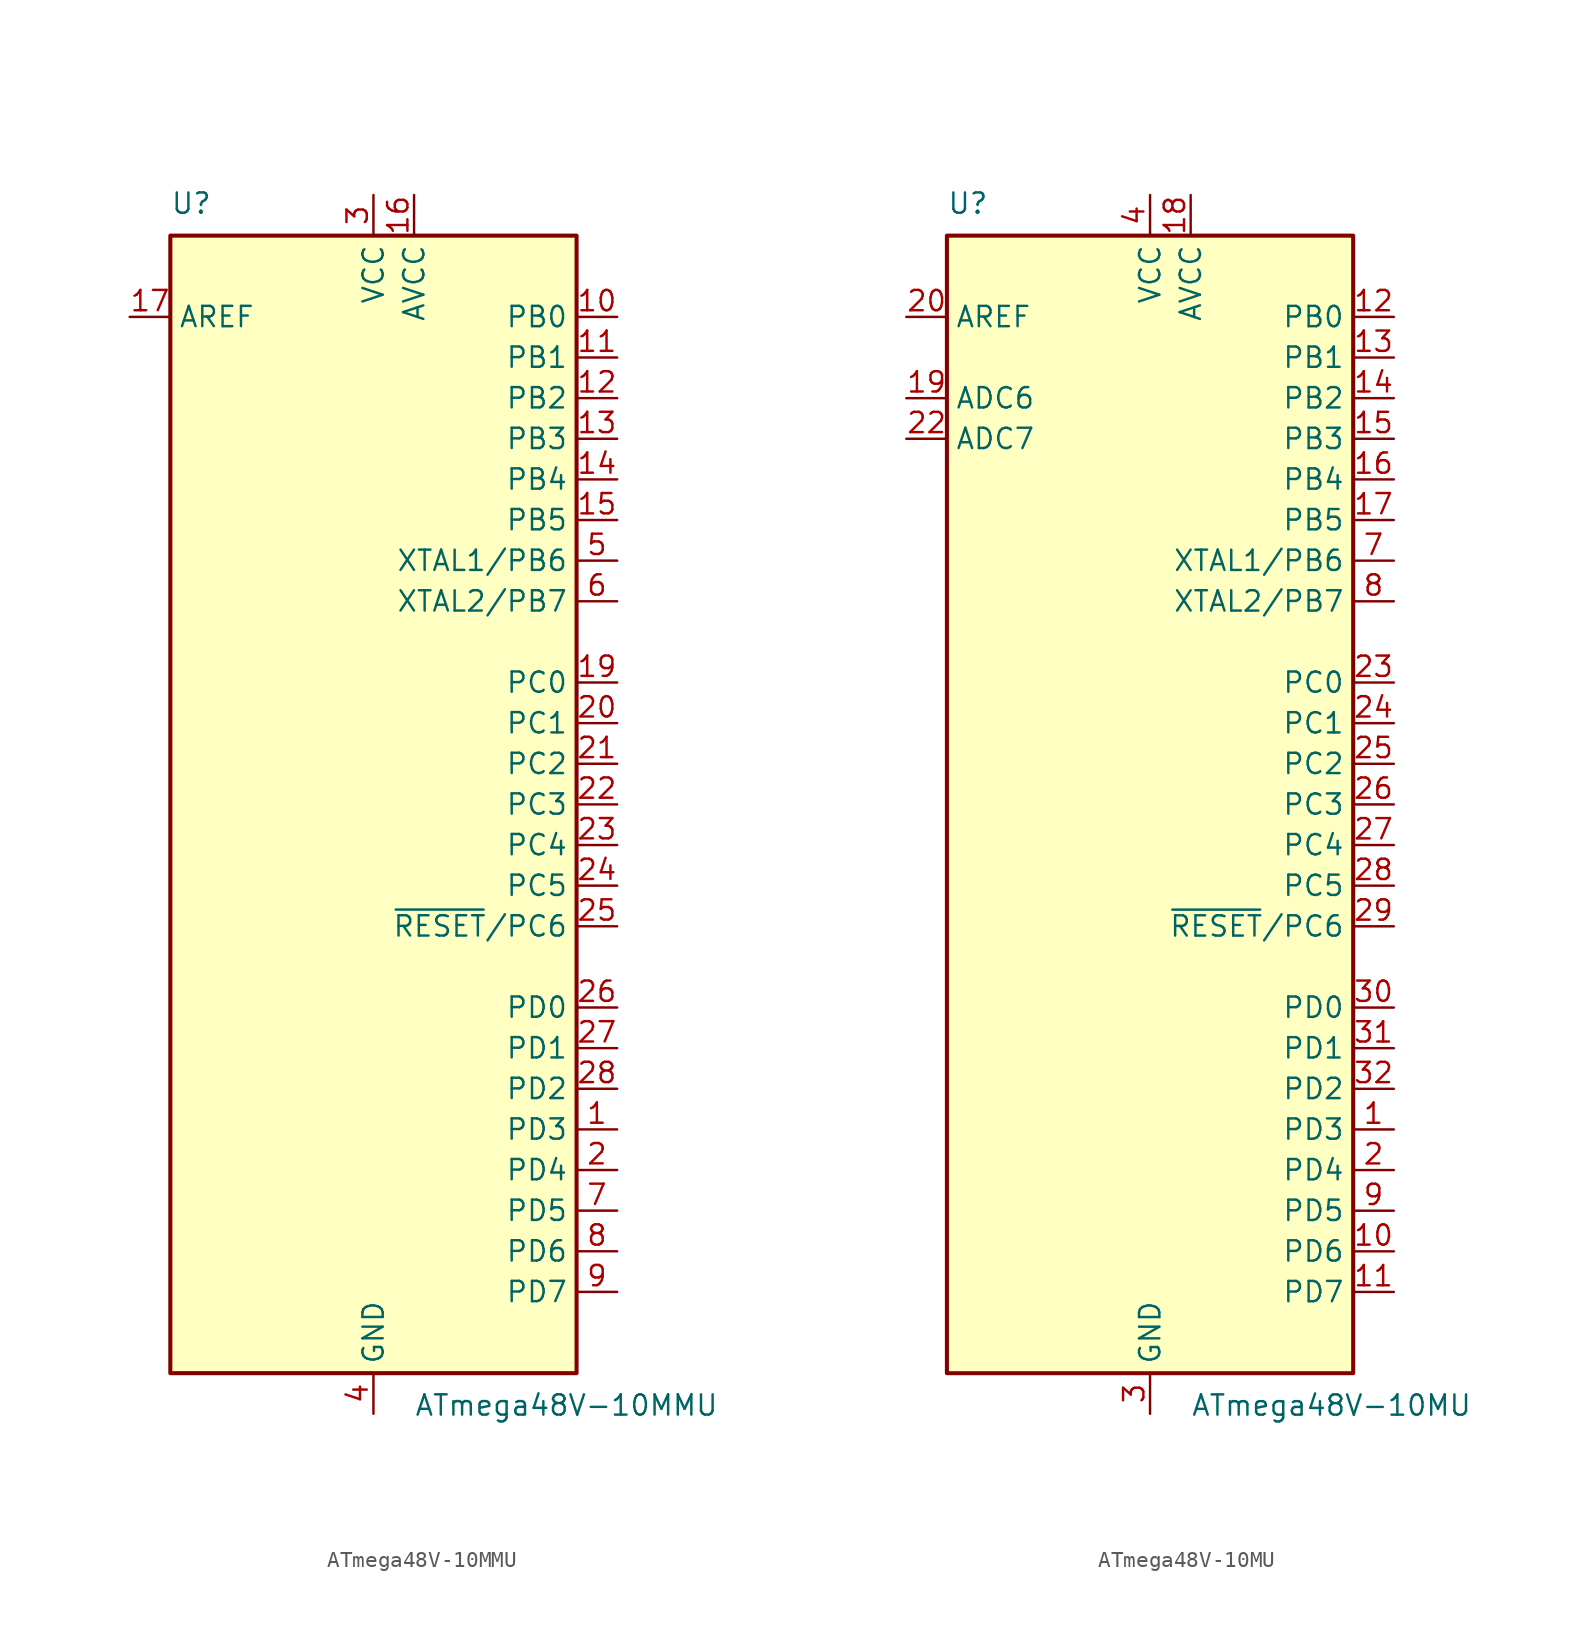
<source format=kicad_sym>
(kicad_symbol_lib
  (version 20201005)
  (generator kicad_symbol_editor)
  (symbol "ATmega48V-10MMU"
    (property "Reference" "U"
      (at -12.7 36.83 0)
      (effects (font (size 1.27 1.27)) (justify left bottom)))
    (property "Value" "ATmega48V-10MMU"
      (at 2.54 -36.83 0)
      (effects (font (size 1.27 1.27)) (justify left top)))
    (symbol "ATmega48V-10MMU_0_1"
      (rectangle (start -12.7 -35.56) (end 12.7 35.56) (stroke (width 0.254)) (fill (type background))))
    (symbol "ATmega48V-10MMU_1_1"
      (pin tri_state line (at 15.24 -20.32 180) (length 2.54) (name "PD3" (effects (font (size 1.27 1.27)))) (number "1" (effects (font (size 1.27 1.27)))))
      (pin tri_state line (at 15.24 30.48 180) (length 2.54) (name "PB0" (effects (font (size 1.27 1.27)))) (number "10" (effects (font (size 1.27 1.27)))))
      (pin tri_state line (at 15.24 27.94 180) (length 2.54) (name "PB1" (effects (font (size 1.27 1.27)))) (number "11" (effects (font (size 1.27 1.27)))))
      (pin tri_state line (at 15.24 25.4 180) (length 2.54) (name "PB2" (effects (font (size 1.27 1.27)))) (number "12" (effects (font (size 1.27 1.27)))))
      (pin tri_state line (at 15.24 22.86 180) (length 2.54) (name "PB3" (effects (font (size 1.27 1.27)))) (number "13" (effects (font (size 1.27 1.27)))))
      (pin tri_state line (at 15.24 20.32 180) (length 2.54) (name "PB4" (effects (font (size 1.27 1.27)))) (number "14" (effects (font (size 1.27 1.27)))))
      (pin tri_state line (at 15.24 17.78 180) (length 2.54) (name "PB5" (effects (font (size 1.27 1.27)))) (number "15" (effects (font (size 1.27 1.27)))))
      (pin power_in line (at 2.54 38.1 270) (length 2.54) (name "AVCC" (effects (font (size 1.27 1.27)))) (number "16" (effects (font (size 1.27 1.27)))))
      (pin passive line (at -15.24 30.48 0) (length 2.54) (name "AREF" (effects (font (size 1.27 1.27)))) (number "17" (effects (font (size 1.27 1.27)))))
      (pin passive line (at 0 -38.1 90) (length 2.54) hide (name "GND" (effects (font (size 1.27 1.27)))) (number "18" (effects (font (size 1.27 1.27)))))
      (pin tri_state line (at 15.24 7.62 180) (length 2.54) (name "PC0" (effects (font (size 1.27 1.27)))) (number "19" (effects (font (size 1.27 1.27)))))
      (pin tri_state line (at 15.24 -22.86 180) (length 2.54) (name "PD4" (effects (font (size 1.27 1.27)))) (number "2" (effects (font (size 1.27 1.27)))))
      (pin tri_state line (at 15.24 5.08 180) (length 2.54) (name "PC1" (effects (font (size 1.27 1.27)))) (number "20" (effects (font (size 1.27 1.27)))))
      (pin tri_state line (at 15.24 2.54 180) (length 2.54) (name "PC2" (effects (font (size 1.27 1.27)))) (number "21" (effects (font (size 1.27 1.27)))))
      (pin tri_state line (at 15.24 0 180) (length 2.54) (name "PC3" (effects (font (size 1.27 1.27)))) (number "22" (effects (font (size 1.27 1.27)))))
      (pin tri_state line (at 15.24 -2.54 180) (length 2.54) (name "PC4" (effects (font (size 1.27 1.27)))) (number "23" (effects (font (size 1.27 1.27)))))
      (pin tri_state line (at 15.24 -5.08 180) (length 2.54) (name "PC5" (effects (font (size 1.27 1.27)))) (number "24" (effects (font (size 1.27 1.27)))))
      (pin tri_state line (at 15.24 -7.62 180) (length 2.54) (name "~RESET~/PC6" (effects (font (size 1.27 1.27)))) (number "25" (effects (font (size 1.27 1.27)))))
      (pin tri_state line (at 15.24 -12.7 180) (length 2.54) (name "PD0" (effects (font (size 1.27 1.27)))) (number "26" (effects (font (size 1.27 1.27)))))
      (pin tri_state line (at 15.24 -15.24 180) (length 2.54) (name "PD1" (effects (font (size 1.27 1.27)))) (number "27" (effects (font (size 1.27 1.27)))))
      (pin tri_state line (at 15.24 -17.78 180) (length 2.54) (name "PD2" (effects (font (size 1.27 1.27)))) (number "28" (effects (font (size 1.27 1.27)))))
      (pin passive line (at 0 -38.1 90) (length 2.54) hide (name "GND" (effects (font (size 1.27 1.27)))) (number "29" (effects (font (size 1.27 1.27)))))
      (pin power_in line (at 0 38.1 270) (length 2.54) (name "VCC" (effects (font (size 1.27 1.27)))) (number "3" (effects (font (size 1.27 1.27)))))
      (pin power_in line (at 0 -38.1 90) (length 2.54) (name "GND" (effects (font (size 1.27 1.27)))) (number "4" (effects (font (size 1.27 1.27)))))
      (pin tri_state line (at 15.24 15.24 180) (length 2.54) (name "XTAL1/PB6" (effects (font (size 1.27 1.27)))) (number "5" (effects (font (size 1.27 1.27)))))
      (pin tri_state line (at 15.24 12.7 180) (length 2.54) (name "XTAL2/PB7" (effects (font (size 1.27 1.27)))) (number "6" (effects (font (size 1.27 1.27)))))
      (pin tri_state line (at 15.24 -25.4 180) (length 2.54) (name "PD5" (effects (font (size 1.27 1.27)))) (number "7" (effects (font (size 1.27 1.27)))))
      (pin tri_state line (at 15.24 -27.94 180) (length 2.54) (name "PD6" (effects (font (size 1.27 1.27)))) (number "8" (effects (font (size 1.27 1.27)))))
      (pin tri_state line (at 15.24 -30.48 180) (length 2.54) (name "PD7" (effects (font (size 1.27 1.27)))) (number "9" (effects (font (size 1.27 1.27)))))))
  (symbol "ATmega48V-10MU"
    (property "Reference" "U"
      (at -12.7 36.83 0)
      (effects (font (size 1.27 1.27)) (justify left bottom)))
    (property "Value" "ATmega48V-10MU"
      (at 2.54 -36.83 0)
      (effects (font (size 1.27 1.27)) (justify left top)))
    (symbol "ATmega48V-10MU_0_1"
      (rectangle (start -12.7 -35.56) (end 12.7 35.56) (stroke (width 0.254)) (fill (type background))))
    (symbol "ATmega48V-10MU_1_1"
      (pin tri_state line (at 15.24 -20.32 180) (length 2.54) (name "PD3" (effects (font (size 1.27 1.27)))) (number "1" (effects (font (size 1.27 1.27)))))
      (pin tri_state line (at 15.24 -27.94 180) (length 2.54) (name "PD6" (effects (font (size 1.27 1.27)))) (number "10" (effects (font (size 1.27 1.27)))))
      (pin tri_state line (at 15.24 -30.48 180) (length 2.54) (name "PD7" (effects (font (size 1.27 1.27)))) (number "11" (effects (font (size 1.27 1.27)))))
      (pin tri_state line (at 15.24 30.48 180) (length 2.54) (name "PB0" (effects (font (size 1.27 1.27)))) (number "12" (effects (font (size 1.27 1.27)))))
      (pin tri_state line (at 15.24 27.94 180) (length 2.54) (name "PB1" (effects (font (size 1.27 1.27)))) (number "13" (effects (font (size 1.27 1.27)))))
      (pin tri_state line (at 15.24 25.4 180) (length 2.54) (name "PB2" (effects (font (size 1.27 1.27)))) (number "14" (effects (font (size 1.27 1.27)))))
      (pin tri_state line (at 15.24 22.86 180) (length 2.54) (name "PB3" (effects (font (size 1.27 1.27)))) (number "15" (effects (font (size 1.27 1.27)))))
      (pin tri_state line (at 15.24 20.32 180) (length 2.54) (name "PB4" (effects (font (size 1.27 1.27)))) (number "16" (effects (font (size 1.27 1.27)))))
      (pin tri_state line (at 15.24 17.78 180) (length 2.54) (name "PB5" (effects (font (size 1.27 1.27)))) (number "17" (effects (font (size 1.27 1.27)))))
      (pin power_in line (at 2.54 38.1 270) (length 2.54) (name "AVCC" (effects (font (size 1.27 1.27)))) (number "18" (effects (font (size 1.27 1.27)))))
      (pin input line (at -15.24 25.4 0) (length 2.54) (name "ADC6" (effects (font (size 1.27 1.27)))) (number "19" (effects (font (size 1.27 1.27)))))
      (pin tri_state line (at 15.24 -22.86 180) (length 2.54) (name "PD4" (effects (font (size 1.27 1.27)))) (number "2" (effects (font (size 1.27 1.27)))))
      (pin passive line (at -15.24 30.48 0) (length 2.54) (name "AREF" (effects (font (size 1.27 1.27)))) (number "20" (effects (font (size 1.27 1.27)))))
      (pin passive line (at 0 -38.1 90) (length 2.54) hide (name "GND" (effects (font (size 1.27 1.27)))) (number "21" (effects (font (size 1.27 1.27)))))
      (pin input line (at -15.24 22.86 0) (length 2.54) (name "ADC7" (effects (font (size 1.27 1.27)))) (number "22" (effects (font (size 1.27 1.27)))))
      (pin tri_state line (at 15.24 7.62 180) (length 2.54) (name "PC0" (effects (font (size 1.27 1.27)))) (number "23" (effects (font (size 1.27 1.27)))))
      (pin tri_state line (at 15.24 5.08 180) (length 2.54) (name "PC1" (effects (font (size 1.27 1.27)))) (number "24" (effects (font (size 1.27 1.27)))))
      (pin tri_state line (at 15.24 2.54 180) (length 2.54) (name "PC2" (effects (font (size 1.27 1.27)))) (number "25" (effects (font (size 1.27 1.27)))))
      (pin tri_state line (at 15.24 0 180) (length 2.54) (name "PC3" (effects (font (size 1.27 1.27)))) (number "26" (effects (font (size 1.27 1.27)))))
      (pin tri_state line (at 15.24 -2.54 180) (length 2.54) (name "PC4" (effects (font (size 1.27 1.27)))) (number "27" (effects (font (size 1.27 1.27)))))
      (pin tri_state line (at 15.24 -5.08 180) (length 2.54) (name "PC5" (effects (font (size 1.27 1.27)))) (number "28" (effects (font (size 1.27 1.27)))))
      (pin tri_state line (at 15.24 -7.62 180) (length 2.54) (name "~RESET~/PC6" (effects (font (size 1.27 1.27)))) (number "29" (effects (font (size 1.27 1.27)))))
      (pin power_in line (at 0 -38.1 90) (length 2.54) (name "GND" (effects (font (size 1.27 1.27)))) (number "3" (effects (font (size 1.27 1.27)))))
      (pin tri_state line (at 15.24 -12.7 180) (length 2.54) (name "PD0" (effects (font (size 1.27 1.27)))) (number "30" (effects (font (size 1.27 1.27)))))
      (pin tri_state line (at 15.24 -15.24 180) (length 2.54) (name "PD1" (effects (font (size 1.27 1.27)))) (number "31" (effects (font (size 1.27 1.27)))))
      (pin tri_state line (at 15.24 -17.78 180) (length 2.54) (name "PD2" (effects (font (size 1.27 1.27)))) (number "32" (effects (font (size 1.27 1.27)))))
      (pin passive line (at 0 -38.1 90) (length 2.54) hide (name "GND" (effects (font (size 1.27 1.27)))) (number "33" (effects (font (size 1.27 1.27)))))
      (pin power_in line (at 0 38.1 270) (length 2.54) (name "VCC" (effects (font (size 1.27 1.27)))) (number "4" (effects (font (size 1.27 1.27)))))
      (pin passive line (at 0 -38.1 90) (length 2.54) hide (name "GND" (effects (font (size 1.27 1.27)))) (number "5" (effects (font (size 1.27 1.27)))))
      (pin passive line (at 0 38.1 270) (length 2.54) hide (name "VCC" (effects (font (size 1.27 1.27)))) (number "6" (effects (font (size 1.27 1.27)))))
      (pin tri_state line (at 15.24 15.24 180) (length 2.54) (name "XTAL1/PB6" (effects (font (size 1.27 1.27)))) (number "7" (effects (font (size 1.27 1.27)))))
      (pin tri_state line (at 15.24 12.7 180) (length 2.54) (name "XTAL2/PB7" (effects (font (size 1.27 1.27)))) (number "8" (effects (font (size 1.27 1.27)))))
      (pin tri_state line (at 15.24 -25.4 180) (length 2.54) (name "PD5" (effects (font (size 1.27 1.27)))) (number "9" (effects (font (size 1.27 1.27))))))))
</source>
